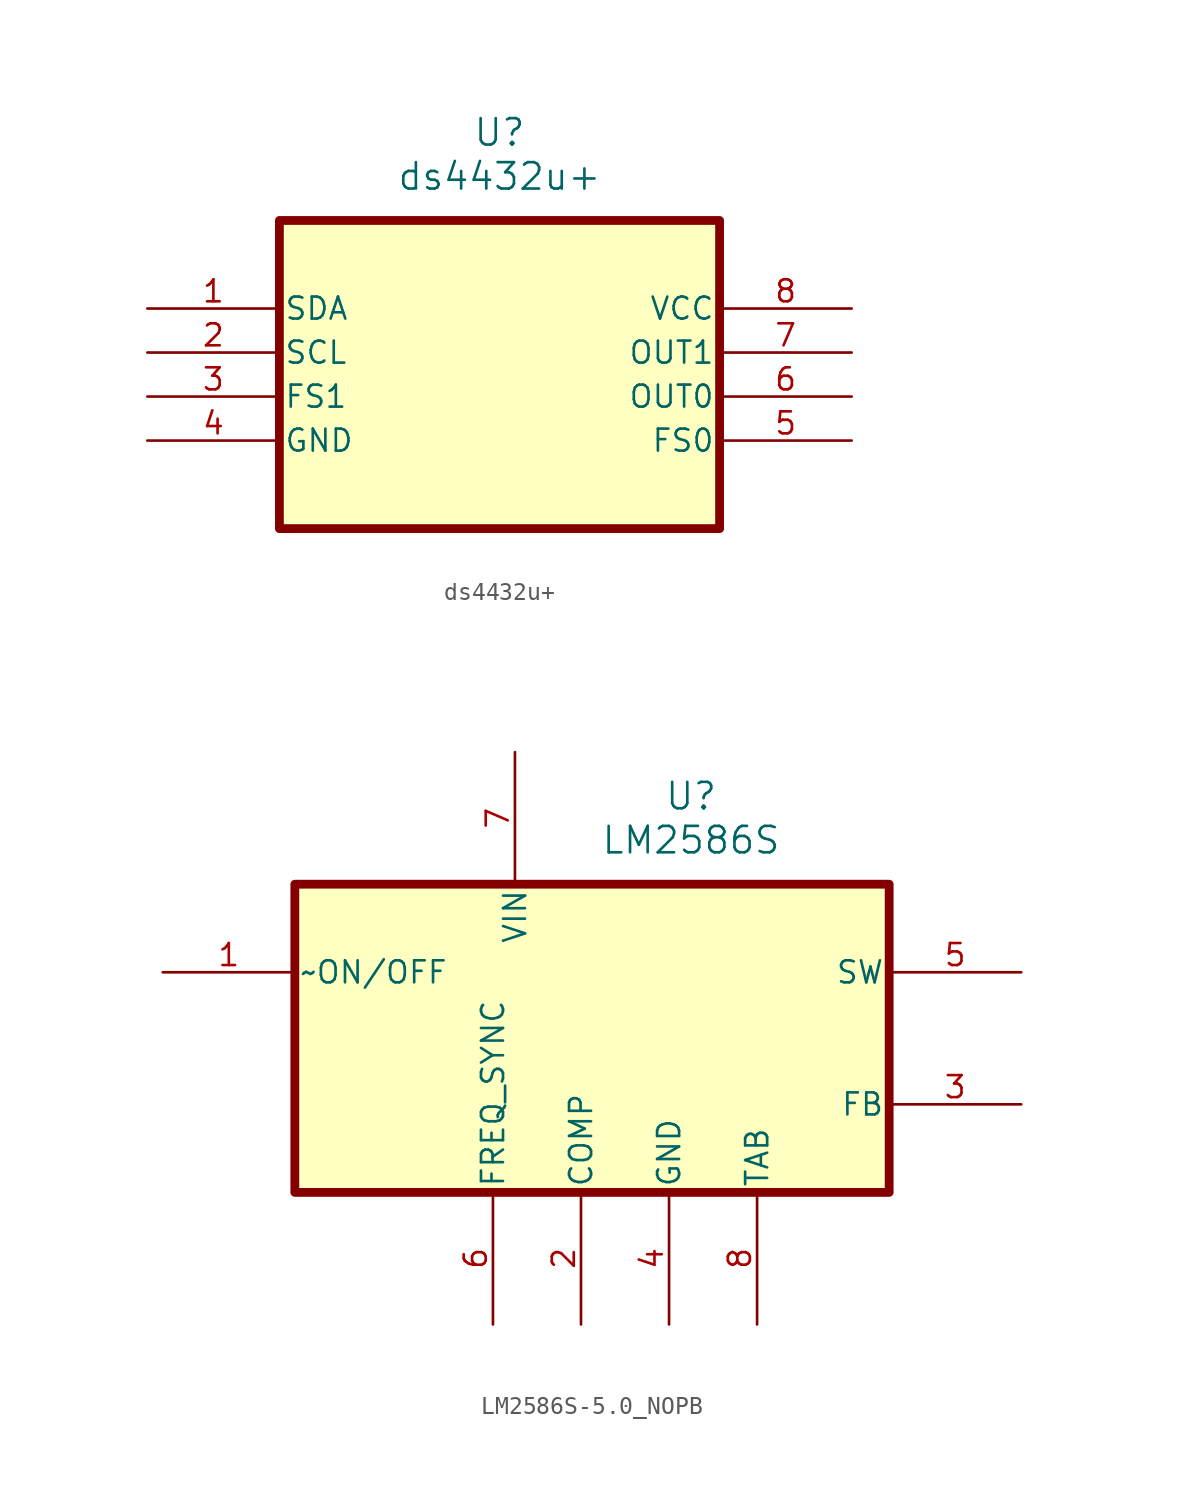
<source format=kicad_sym>
(kicad_symbol_lib
  (version 20231120)
  (generator "kicad_symbol_editor")
  (generator_version "8.0")
  (symbol "ds4432u+"
    (pin_names
      (offset 0.254))
    (property "Reference" "U"
      (at 20.32 10.16 0)
      (effects (font (size 1.524 1.524))))
    (property "Value" "ds4432u+"
      (at 20.32 7.62 0)
      (effects (font (size 1.524 1.524))))
    (property "ki_locked" ""
      (at 0 0 0)
      (effects (font (size 1.27 1.27))))
    (symbol "ds4432u+_0_1"
      (polyline (pts (xy 7.62 -12.7) (xy 33.02 -12.7)) (stroke (width 0.127) (type default)) (fill (type none)))
      (polyline (pts (xy 7.62 5.08) (xy 7.62 -12.7)) (stroke (width 0.127) (type default)) (fill (type none)))
      (polyline (pts (xy 33.02 -12.7) (xy 33.02 5.08)) (stroke (width 0.127) (type default)) (fill (type none)))
      (polyline (pts (xy 33.02 5.08) (xy 7.62 5.08)) (stroke (width 0.127) (type default)) (fill (type none)))
      (pin bidirectional line (at 0 0 0) (length 7.62) (name "SDA" (effects (font (size 1.27 1.27)))) (number "1" (effects (font (size 1.27 1.27)))))
      (pin input line (at 0 -2.54 0) (length 7.62) (name "SCL" (effects (font (size 1.27 1.27)))) (number "2" (effects (font (size 1.27 1.27)))))
      (pin input line (at 0 -5.08 0) (length 7.62) (name "FS1" (effects (font (size 1.27 1.27)))) (number "3" (effects (font (size 1.27 1.27)))))
      (pin power_in line (at 0 -7.62 0) (length 7.62) (name "GND" (effects (font (size 1.27 1.27)))) (number "4" (effects (font (size 1.27 1.27)))))
      (pin input line (at 40.64 -7.62 180) (length 7.62) (name "FS0" (effects (font (size 1.27 1.27)))) (number "5" (effects (font (size 1.27 1.27)))))
      (pin output line (at 40.64 -5.08 180) (length 7.62) (name "OUT0" (effects (font (size 1.27 1.27)))) (number "6" (effects (font (size 1.27 1.27)))))
      (pin output line (at 40.64 -2.54 180) (length 7.62) (name "OUT1" (effects (font (size 1.27 1.27)))) (number "7" (effects (font (size 1.27 1.27)))))
      (pin power_in line (at 40.64 0 180) (length 7.62) (name "VCC" (effects (font (size 1.27 1.27)))) (number "8" (effects (font (size 1.27 1.27))))))
    (symbol "ds4432u+_1_1"
      (rectangle (start 7.62 5.08) (end 33.02 -12.7) (stroke (width 0.508) (type default) (color 132 0 0 1)) (fill (type color) (color 255 255 194 1)))))
  (symbol "LM2586S-5.0_NOPB"
    (pin_names
      (offset 0.254))
    (property "Reference" "U"
      (at 50.8 10.16 0)
      (effects (font (size 1.524 1.524))))
    (property "Value" "LM2586S"
      (at 50.8 7.62 0)
      (effects (font (size 1.524 1.524))))
    (property "ki_locked" ""
      (at 0 0 0)
      (effects (font (size 1.27 1.27))))
    (symbol "LM2586S-5.0_NOPB_0_1"
      (polyline (pts (xy 27.94 5.08) (xy 27.94 -12.7)) (stroke (width 0.127) (type default)) (fill (type none)))
      (pin passive line (at 44.45 -20.32 90) (length 7.62) (name "COMP" (effects (font (size 1.27 1.27)))) (number "2" (effects (font (size 1.27 1.27)))))
      (pin passive line (at 69.85 -7.62 180) (length 7.62) (name "FB" (effects (font (size 1.27 1.27)))) (number "3" (effects (font (size 1.27 1.27)))))
      (pin passive line (at 49.53 -20.32 90) (length 7.62) (name "GND" (effects (font (size 1.27 1.27)))) (number "4" (effects (font (size 1.27 1.27)))))
      (pin output line (at 69.85 0 180) (length 7.62) (name "SW" (effects (font (size 1.27 1.27)))) (number "5" (effects (font (size 1.27 1.27)))))
      (pin passive line (at 39.37 -20.32 90) (length 7.62) (name "FREQ_SYNC" (effects (font (size 1.27 1.27)))) (number "6" (effects (font (size 1.27 1.27)))))
      (pin input line (at 40.64 12.7 270) (length 7.62) (name "VIN" (effects (font (size 1.27 1.27)))) (number "7" (effects (font (size 1.27 1.27)))))
      (pin unspecified line (at 54.61 -20.32 90) (length 7.62) (name "TAB" (effects (font (size 1.27 1.27)))) (number "8" (effects (font (size 1.27 1.27))))))
    (symbol "LM2586S-5.0_NOPB_1_1"
      (rectangle (start 27.94 5.08) (end 62.23 -12.7) (stroke (width 0.508) (type default) (color 132 0 0 1)) (fill (type color) (color 255 255 194 1)))
      (pin passive line (at 20.32 0 0) (length 7.62) (name "~ON/OFF" (effects (font (size 1.27 1.27)))) (number "1" (effects (font (size 1.27 1.27))))))))
</source>
